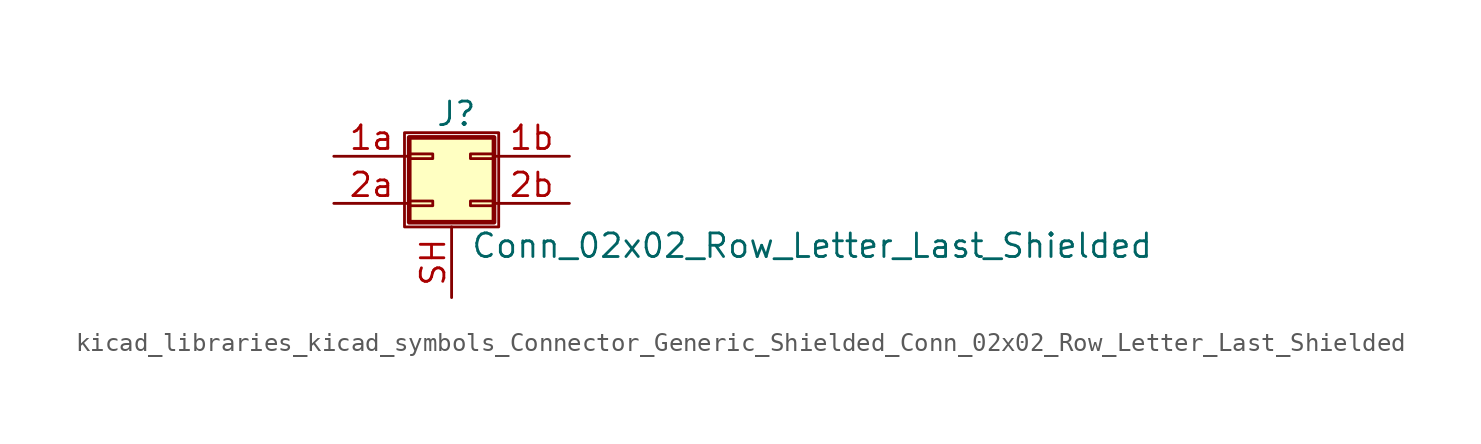
<source format=kicad_sym>
(kicad_symbol_lib
  (version 20220914)
  (generator kicad_symbol_editor)
  (symbol "kicad_libraries_kicad_symbols_Connector_Generic_Shielded_Conn_02x02_Row_Letter_Last_Shielded"
    (pin_names
      (offset 1.016) hide)
    (property "Reference" "J"
      (at 1.524 2.286 0)
      (effects (font (size 1.27 1.27))))
    (property "Value" "Conn_02x02_Row_Letter_Last_Shielded"
      (at 2.286 -4.826 0)
      (effects (font (size 1.27 1.27)) (justify left)))
    (symbol "kicad_libraries_kicad_symbols_Connector_Generic_Shielded_Conn_02x02_Row_Letter_Last_Shielded_1_1"
      (rectangle (start -1.27 1.27) (end 3.81 -3.81) (stroke (width 0.152) (type default)) (fill (type none)))
      (rectangle (start -1.016 -2.413) (end 0.254 -2.667) (stroke (width 0.152) (type default)) (fill (type none)))
      (rectangle (start -1.016 0.127) (end 0.254 -0.127) (stroke (width 0.152) (type default)) (fill (type none)))
      (rectangle (start -1.016 1.016) (end 3.556 -3.556) (stroke (width 0.254) (type default)) (fill (type background)))
      (rectangle (start 3.556 -2.413) (end 2.286 -2.667) (stroke (width 0.152) (type default)) (fill (type none)))
      (rectangle (start 3.556 0.127) (end 2.286 -0.127) (stroke (width 0.152) (type default)) (fill (type none)))
      (pin passive line (at -5.08 0 0) (length 4.064) (name "Pin_1a" (effects (font (size 1.27 1.27)))) (number "1a" (effects (font (size 1.27 1.27)))))
      (pin passive line (at 7.62 0 180) (length 4.064) (name "Pin_1b" (effects (font (size 1.27 1.27)))) (number "1b" (effects (font (size 1.27 1.27)))))
      (pin passive line (at -5.08 -2.54 0) (length 4.064) (name "Pin_2a" (effects (font (size 1.27 1.27)))) (number "2a" (effects (font (size 1.27 1.27)))))
      (pin passive line (at 7.62 -2.54 180) (length 4.064) (name "Pin_2b" (effects (font (size 1.27 1.27)))) (number "2b" (effects (font (size 1.27 1.27)))))
      (pin passive line (at 1.27 -7.62 90) (length 3.81) (name "Shield" (effects (font (size 1.27 1.27)))) (number "SH" (effects (font (size 1.27 1.27))))))))
</source>
